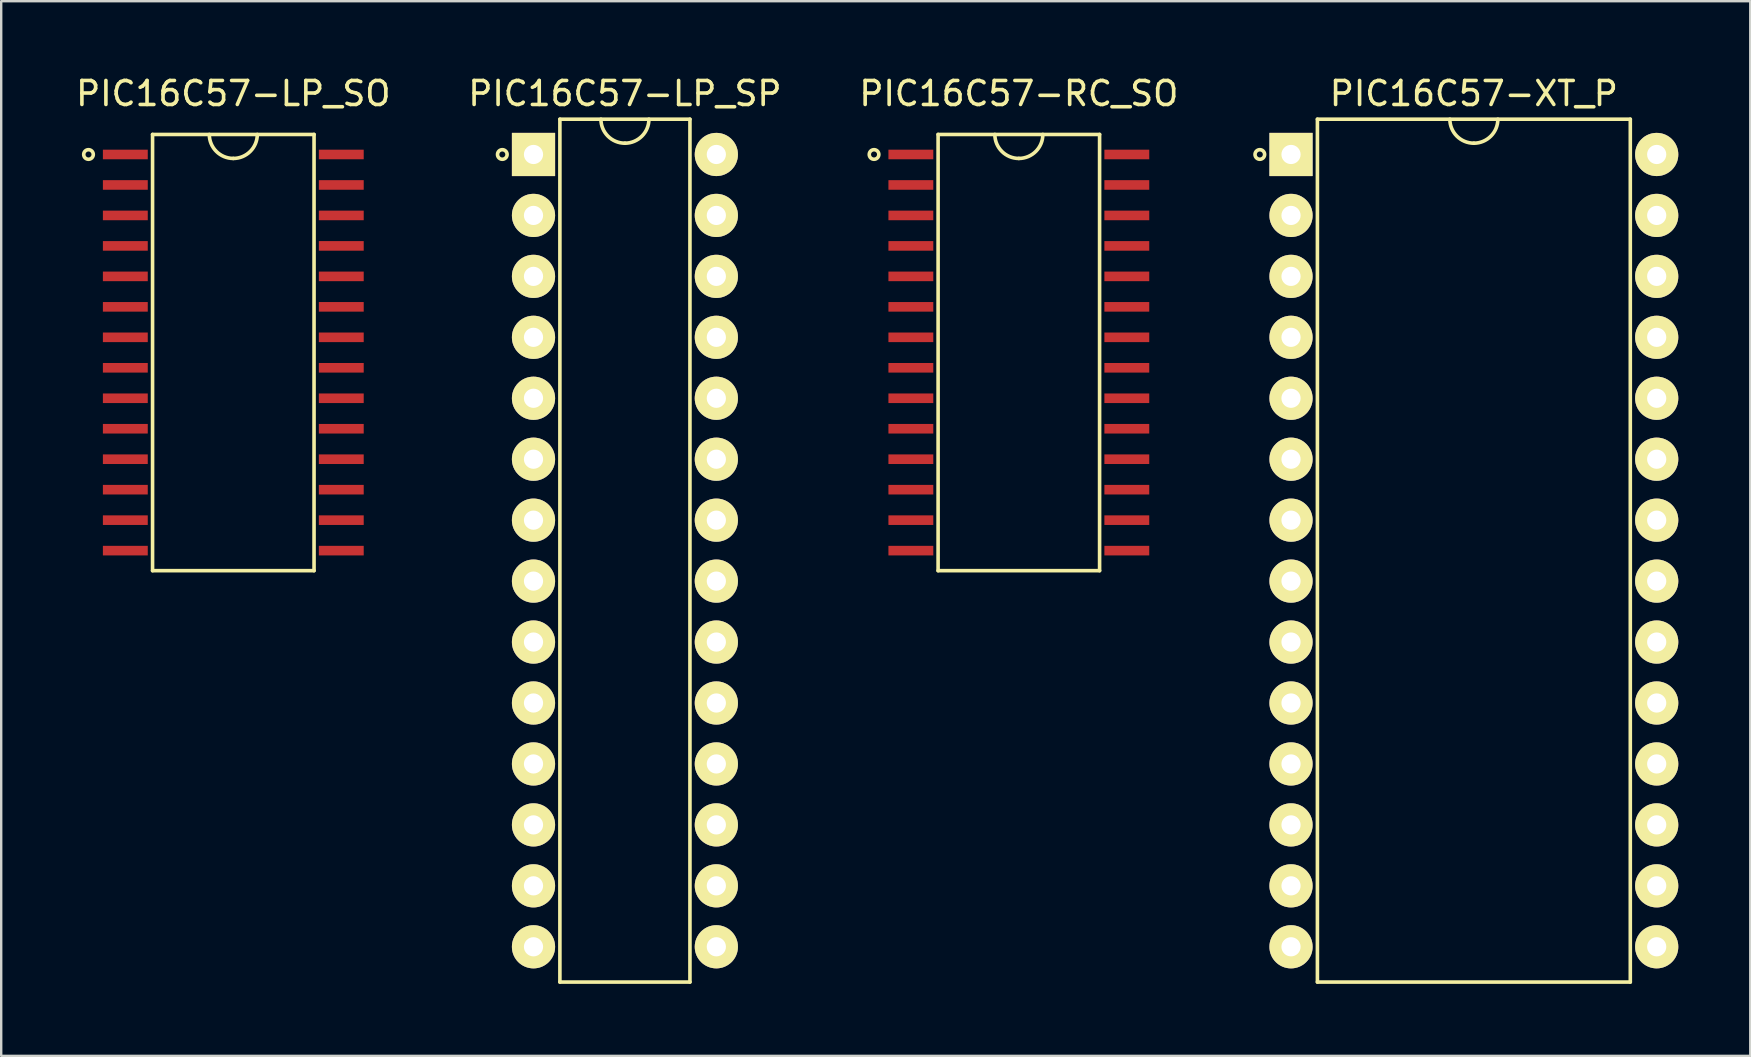
<source format=kicad_pcb>
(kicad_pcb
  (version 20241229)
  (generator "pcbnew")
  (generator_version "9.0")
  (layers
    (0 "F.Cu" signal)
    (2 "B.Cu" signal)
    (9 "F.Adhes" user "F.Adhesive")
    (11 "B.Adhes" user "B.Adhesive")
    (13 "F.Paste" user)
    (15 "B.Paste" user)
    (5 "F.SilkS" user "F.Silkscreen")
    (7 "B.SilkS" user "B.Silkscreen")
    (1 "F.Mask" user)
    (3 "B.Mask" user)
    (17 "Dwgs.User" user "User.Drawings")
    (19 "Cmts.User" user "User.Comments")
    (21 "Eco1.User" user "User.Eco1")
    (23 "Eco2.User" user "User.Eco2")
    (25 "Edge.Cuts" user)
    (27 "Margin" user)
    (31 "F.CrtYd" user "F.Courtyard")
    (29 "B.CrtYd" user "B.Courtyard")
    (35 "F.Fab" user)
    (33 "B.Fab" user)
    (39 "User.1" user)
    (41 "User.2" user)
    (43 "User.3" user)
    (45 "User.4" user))
  (footprint "PIC16C57-XT_P"
    (layer "F.Cu")
    (at 50.754 3.388)
    (property "Reference" "PIC16C57-XT_P" (at 7.62 -2.54 0) (layer "F.SilkS") (effects (font (size 1 1) (thickness 0.15))))
    (attr through_hole)
    (fp_line (start 1.1 -1.47) (end 14.14 -1.47) (stroke (width 0.15) (type solid)) (layer "F.SilkS"))
    (fp_line (start 1.1 34.49) (end 1.1 -1.47) (stroke (width 0.15) (type solid)) (layer "F.SilkS"))
    (fp_line (start 14.14 -1.47) (end 14.14 34.49) (stroke (width 0.15) (type solid)) (layer "F.SilkS"))
    (fp_line (start 14.14 34.49) (end 1.1 34.49) (stroke (width 0.15) (type solid)) (layer "F.SilkS"))
    (fp_arc (start 7.62 -0.47) (mid 6.912893 -0.762893) (end 6.62 -1.47) (stroke (width 0.15) (type solid)) (layer "F.SilkS"))
    (fp_arc (start 8.62 -1.47) (mid 8.327107 -0.762893) (end 7.62 -0.47) (stroke (width 0.15) (type solid)) (layer "F.SilkS"))
    (fp_circle (center -1.3 0) (end -1.3 0.2) (stroke (width 0.15) (type solid)) (fill no) (layer "F.SilkS"))
    (pad "1" thru_hole rect (at 0 0) (size 1.8 1.8) (drill 0.8) (layers "*.Cu" "*.Mask" "F.SilkS"))
    (pad "2" thru_hole circle (at 0 2.54) (size 1.8 1.8) (drill 0.8) (layers "*.Cu" "*.Mask" "F.SilkS"))
    (pad "3" thru_hole circle (at 0 5.08) (size 1.8 1.8) (drill 0.8) (layers "*.Cu" "*.Mask" "F.SilkS"))
    (pad "4" thru_hole circle (at 0 7.62) (size 1.8 1.8) (drill 0.8) (layers "*.Cu" "*.Mask" "F.SilkS"))
    (pad "5" thru_hole circle (at 0 10.16) (size 1.8 1.8) (drill 0.8) (layers "*.Cu" "*.Mask" "F.SilkS"))
    (pad "6" thru_hole circle (at 0 12.7) (size 1.8 1.8) (drill 0.8) (layers "*.Cu" "*.Mask" "F.SilkS"))
    (pad "7" thru_hole circle (at 0 15.24) (size 1.8 1.8) (drill 0.8) (layers "*.Cu" "*.Mask" "F.SilkS"))
    (pad "8" thru_hole circle (at 0 17.78) (size 1.8 1.8) (drill 0.8) (layers "*.Cu" "*.Mask" "F.SilkS"))
    (pad "9" thru_hole circle (at 0 20.32) (size 1.8 1.8) (drill 0.8) (layers "*.Cu" "*.Mask" "F.SilkS"))
    (pad "10" thru_hole circle (at 0 22.86) (size 1.8 1.8) (drill 0.8) (layers "*.Cu" "*.Mask" "F.SilkS"))
    (pad "11" thru_hole circle (at 0 25.4) (size 1.8 1.8) (drill 0.8) (layers "*.Cu" "*.Mask" "F.SilkS"))
    (pad "12" thru_hole circle (at 0 27.94) (size 1.8 1.8) (drill 0.8) (layers "*.Cu" "*.Mask" "F.SilkS"))
    (pad "13" thru_hole circle (at 0 30.48) (size 1.8 1.8) (drill 0.8) (layers "*.Cu" "*.Mask" "F.SilkS"))
    (pad "14" thru_hole circle (at 0 33.02) (size 1.8 1.8) (drill 0.8) (layers "*.Cu" "*.Mask" "F.SilkS"))
    (pad "15" thru_hole circle (at 15.24 33.02) (size 1.8 1.8) (drill 0.8) (layers "*.Cu" "*.Mask" "F.SilkS"))
    (pad "16" thru_hole circle (at 15.24 30.48) (size 1.8 1.8) (drill 0.8) (layers "*.Cu" "*.Mask" "F.SilkS"))
    (pad "17" thru_hole circle (at 15.24 27.94) (size 1.8 1.8) (drill 0.8) (layers "*.Cu" "*.Mask" "F.SilkS"))
    (pad "18" thru_hole circle (at 15.24 25.4) (size 1.8 1.8) (drill 0.8) (layers "*.Cu" "*.Mask" "F.SilkS"))
    (pad "19" thru_hole circle (at 15.24 22.86) (size 1.8 1.8) (drill 0.8) (layers "*.Cu" "*.Mask" "F.SilkS"))
    (pad "20" thru_hole circle (at 15.24 20.32) (size 1.8 1.8) (drill 0.8) (layers "*.Cu" "*.Mask" "F.SilkS"))
    (pad "21" thru_hole circle (at 15.24 17.78) (size 1.8 1.8) (drill 0.8) (layers "*.Cu" "*.Mask" "F.SilkS"))
    (pad "22" thru_hole circle (at 15.24 15.24) (size 1.8 1.8) (drill 0.8) (layers "*.Cu" "*.Mask" "F.SilkS"))
    (pad "23" thru_hole circle (at 15.24 12.7) (size 1.8 1.8) (drill 0.8) (layers "*.Cu" "*.Mask" "F.SilkS"))
    (pad "24" thru_hole circle (at 15.24 10.16) (size 1.8 1.8) (drill 0.8) (layers "*.Cu" "*.Mask" "F.SilkS"))
    (pad "25" thru_hole circle (at 15.24 7.62) (size 1.8 1.8) (drill 0.8) (layers "*.Cu" "*.Mask" "F.SilkS"))
    (pad "26" thru_hole circle (at 15.24 5.08) (size 1.8 1.8) (drill 0.8) (layers "*.Cu" "*.Mask" "F.SilkS"))
    (pad "27" thru_hole circle (at 15.24 2.54) (size 1.8 1.8) (drill 0.8) (layers "*.Cu" "*.Mask" "F.SilkS"))
    (pad "28" thru_hole circle (at 15.24 0) (size 1.8 1.8) (drill 0.8) (layers "*.Cu" "*.Mask" "F.SilkS")))
  (footprint "PIC16C57-RC_SO"
    (layer "F.Cu")
    (at 34.911 3.388)
    (property "Reference" "PIC16C57-RC_SO" (at 4.5 -2.54 0) (layer "F.SilkS") (effects (font (size 1 1) (thickness 0.15))))
    (attr through_hole)
    (fp_line (start 1.135 -0.835) (end 7.865 -0.835) (stroke (width 0.15) (type solid)) (layer "F.SilkS"))
    (fp_line (start 1.135 17.345) (end 1.135 -0.835) (stroke (width 0.15) (type solid)) (layer "F.SilkS"))
    (fp_line (start 7.865 -0.835) (end 7.865 17.345) (stroke (width 0.15) (type solid)) (layer "F.SilkS"))
    (fp_line (start 7.865 17.345) (end 1.135 17.345) (stroke (width 0.15) (type solid)) (layer "F.SilkS"))
    (fp_arc (start 4.5 0.165) (mid 3.792893 -0.127893) (end 3.5 -0.835) (stroke (width 0.15) (type solid)) (layer "F.SilkS"))
    (fp_arc (start 5.5 -0.835) (mid 5.207107 -0.127893) (end 4.5 0.165) (stroke (width 0.15) (type solid)) (layer "F.SilkS"))
    (fp_circle (center -1.535 0) (end -1.535 0.2) (stroke (width 0.15) (type solid)) (fill no) (layer "F.SilkS"))
    (pad "1" smd rect (at 0 0) (size 1.87 0.4) (layers "F.Cu" "F.Mask" "F.Paste"))
    (pad "2" smd rect (at 0 1.27) (size 1.87 0.4) (layers "F.Cu" "F.Mask" "F.Paste"))
    (pad "3" smd rect (at 0 2.54) (size 1.87 0.4) (layers "F.Cu" "F.Mask" "F.Paste"))
    (pad "4" smd rect (at 0 3.81) (size 1.87 0.4) (layers "F.Cu" "F.Mask" "F.Paste"))
    (pad "5" smd rect (at 0 5.08) (size 1.87 0.4) (layers "F.Cu" "F.Mask" "F.Paste"))
    (pad "6" smd rect (at 0 6.35) (size 1.87 0.4) (layers "F.Cu" "F.Mask" "F.Paste"))
    (pad "7" smd rect (at 0 7.62) (size 1.87 0.4) (layers "F.Cu" "F.Mask" "F.Paste"))
    (pad "8" smd rect (at 0 8.89) (size 1.87 0.4) (layers "F.Cu" "F.Mask" "F.Paste"))
    (pad "9" smd rect (at 0 10.16) (size 1.87 0.4) (layers "F.Cu" "F.Mask" "F.Paste"))
    (pad "10" smd rect (at 0 11.43) (size 1.87 0.4) (layers "F.Cu" "F.Mask" "F.Paste"))
    (pad "11" smd rect (at 0 12.7) (size 1.87 0.4) (layers "F.Cu" "F.Mask" "F.Paste"))
    (pad "12" smd rect (at 0 13.97) (size 1.87 0.4) (layers "F.Cu" "F.Mask" "F.Paste"))
    (pad "13" smd rect (at 0 15.24) (size 1.87 0.4) (layers "F.Cu" "F.Mask" "F.Paste"))
    (pad "14" smd rect (at 0 16.51) (size 1.87 0.4) (layers "F.Cu" "F.Mask" "F.Paste"))
    (pad "15" smd rect (at 9 16.51) (size 1.87 0.4) (layers "F.Cu" "F.Mask" "F.Paste"))
    (pad "16" smd rect (at 9 15.24) (size 1.87 0.4) (layers "F.Cu" "F.Mask" "F.Paste"))
    (pad "17" smd rect (at 9 13.97) (size 1.87 0.4) (layers "F.Cu" "F.Mask" "F.Paste"))
    (pad "18" smd rect (at 9 12.7) (size 1.87 0.4) (layers "F.Cu" "F.Mask" "F.Paste"))
    (pad "19" smd rect (at 9 11.43) (size 1.87 0.4) (layers "F.Cu" "F.Mask" "F.Paste"))
    (pad "20" smd rect (at 9 10.16) (size 1.87 0.4) (layers "F.Cu" "F.Mask" "F.Paste"))
    (pad "21" smd rect (at 9 8.89) (size 1.87 0.4) (layers "F.Cu" "F.Mask" "F.Paste"))
    (pad "22" smd rect (at 9 7.62) (size 1.87 0.4) (layers "F.Cu" "F.Mask" "F.Paste"))
    (pad "23" smd rect (at 9 6.35) (size 1.87 0.4) (layers "F.Cu" "F.Mask" "F.Paste"))
    (pad "24" smd rect (at 9 5.08) (size 1.87 0.4) (layers "F.Cu" "F.Mask" "F.Paste"))
    (pad "25" smd rect (at 9 3.81) (size 1.87 0.4) (layers "F.Cu" "F.Mask" "F.Paste"))
    (pad "26" smd rect (at 9 2.54) (size 1.87 0.4) (layers "F.Cu" "F.Mask" "F.Paste"))
    (pad "27" smd rect (at 9 1.27) (size 1.87 0.4) (layers "F.Cu" "F.Mask" "F.Paste"))
    (pad "28" smd rect (at 9 0) (size 1.87 0.4) (layers "F.Cu" "F.Mask" "F.Paste")))
  (footprint "PIC16C57-LP_SO"
    (layer "F.Cu")
    (at 2.173 3.388)
    (property "Reference" "PIC16C57-LP_SO" (at 4.5 -2.54 0) (layer "F.SilkS") (effects (font (size 1 1) (thickness 0.15))))
    (attr through_hole)
    (fp_line (start 1.135 -0.835) (end 7.865 -0.835) (stroke (width 0.15) (type solid)) (layer "F.SilkS"))
    (fp_line (start 1.135 17.345) (end 1.135 -0.835) (stroke (width 0.15) (type solid)) (layer "F.SilkS"))
    (fp_line (start 7.865 -0.835) (end 7.865 17.345) (stroke (width 0.15) (type solid)) (layer "F.SilkS"))
    (fp_line (start 7.865 17.345) (end 1.135 17.345) (stroke (width 0.15) (type solid)) (layer "F.SilkS"))
    (fp_arc (start 4.5 0.165) (mid 3.792893 -0.127893) (end 3.5 -0.835) (stroke (width 0.15) (type solid)) (layer "F.SilkS"))
    (fp_arc (start 5.5 -0.835) (mid 5.207107 -0.127893) (end 4.5 0.165) (stroke (width 0.15) (type solid)) (layer "F.SilkS"))
    (fp_circle (center -1.535 0) (end -1.535 0.2) (stroke (width 0.15) (type solid)) (fill no) (layer "F.SilkS"))
    (pad "1" smd rect (at 0 0) (size 1.87 0.4) (layers "F.Cu" "F.Mask" "F.Paste"))
    (pad "2" smd rect (at 0 1.27) (size 1.87 0.4) (layers "F.Cu" "F.Mask" "F.Paste"))
    (pad "3" smd rect (at 0 2.54) (size 1.87 0.4) (layers "F.Cu" "F.Mask" "F.Paste"))
    (pad "4" smd rect (at 0 3.81) (size 1.87 0.4) (layers "F.Cu" "F.Mask" "F.Paste"))
    (pad "5" smd rect (at 0 5.08) (size 1.87 0.4) (layers "F.Cu" "F.Mask" "F.Paste"))
    (pad "6" smd rect (at 0 6.35) (size 1.87 0.4) (layers "F.Cu" "F.Mask" "F.Paste"))
    (pad "7" smd rect (at 0 7.62) (size 1.87 0.4) (layers "F.Cu" "F.Mask" "F.Paste"))
    (pad "8" smd rect (at 0 8.89) (size 1.87 0.4) (layers "F.Cu" "F.Mask" "F.Paste"))
    (pad "9" smd rect (at 0 10.16) (size 1.87 0.4) (layers "F.Cu" "F.Mask" "F.Paste"))
    (pad "10" smd rect (at 0 11.43) (size 1.87 0.4) (layers "F.Cu" "F.Mask" "F.Paste"))
    (pad "11" smd rect (at 0 12.7) (size 1.87 0.4) (layers "F.Cu" "F.Mask" "F.Paste"))
    (pad "12" smd rect (at 0 13.97) (size 1.87 0.4) (layers "F.Cu" "F.Mask" "F.Paste"))
    (pad "13" smd rect (at 0 15.24) (size 1.87 0.4) (layers "F.Cu" "F.Mask" "F.Paste"))
    (pad "14" smd rect (at 0 16.51) (size 1.87 0.4) (layers "F.Cu" "F.Mask" "F.Paste"))
    (pad "15" smd rect (at 9 16.51) (size 1.87 0.4) (layers "F.Cu" "F.Mask" "F.Paste"))
    (pad "16" smd rect (at 9 15.24) (size 1.87 0.4) (layers "F.Cu" "F.Mask" "F.Paste"))
    (pad "17" smd rect (at 9 13.97) (size 1.87 0.4) (layers "F.Cu" "F.Mask" "F.Paste"))
    (pad "18" smd rect (at 9 12.7) (size 1.87 0.4) (layers "F.Cu" "F.Mask" "F.Paste"))
    (pad "19" smd rect (at 9 11.43) (size 1.87 0.4) (layers "F.Cu" "F.Mask" "F.Paste"))
    (pad "20" smd rect (at 9 10.16) (size 1.87 0.4) (layers "F.Cu" "F.Mask" "F.Paste"))
    (pad "21" smd rect (at 9 8.89) (size 1.87 0.4) (layers "F.Cu" "F.Mask" "F.Paste"))
    (pad "22" smd rect (at 9 7.62) (size 1.87 0.4) (layers "F.Cu" "F.Mask" "F.Paste"))
    (pad "23" smd rect (at 9 6.35) (size 1.87 0.4) (layers "F.Cu" "F.Mask" "F.Paste"))
    (pad "24" smd rect (at 9 5.08) (size 1.87 0.4) (layers "F.Cu" "F.Mask" "F.Paste"))
    (pad "25" smd rect (at 9 3.81) (size 1.87 0.4) (layers "F.Cu" "F.Mask" "F.Paste"))
    (pad "26" smd rect (at 9 2.54) (size 1.87 0.4) (layers "F.Cu" "F.Mask" "F.Paste"))
    (pad "27" smd rect (at 9 1.27) (size 1.87 0.4) (layers "F.Cu" "F.Mask" "F.Paste"))
    (pad "28" smd rect (at 9 0) (size 1.87 0.4) (layers "F.Cu" "F.Mask" "F.Paste")))
  (footprint "PIC16C57-LP_SP"
    (layer "F.Cu")
    (at 19.184 3.388)
    (property "Reference" "PIC16C57-LP_SP" (at 3.81 -2.54 0) (layer "F.SilkS") (effects (font (size 1 1) (thickness 0.15))))
    (attr through_hole)
    (fp_line (start 1.1 -1.47) (end 6.52 -1.47) (stroke (width 0.15) (type solid)) (layer "F.SilkS"))
    (fp_line (start 1.1 34.49) (end 1.1 -1.47) (stroke (width 0.15) (type solid)) (layer "F.SilkS"))
    (fp_line (start 6.52 -1.47) (end 6.52 34.49) (stroke (width 0.15) (type solid)) (layer "F.SilkS"))
    (fp_line (start 6.52 34.49) (end 1.1 34.49) (stroke (width 0.15) (type solid)) (layer "F.SilkS"))
    (fp_arc (start 3.81 -0.47) (mid 3.102893 -0.762893) (end 2.81 -1.47) (stroke (width 0.15) (type solid)) (layer "F.SilkS"))
    (fp_arc (start 4.81 -1.47) (mid 4.517107 -0.762893) (end 3.81 -0.47) (stroke (width 0.15) (type solid)) (layer "F.SilkS"))
    (fp_circle (center -1.3 0) (end -1.3 0.2) (stroke (width 0.15) (type solid)) (fill no) (layer "F.SilkS"))
    (pad "1" thru_hole rect (at 0 0) (size 1.8 1.8) (drill 0.8) (layers "*.Cu" "*.Mask" "F.SilkS"))
    (pad "2" thru_hole circle (at 0 2.54) (size 1.8 1.8) (drill 0.8) (layers "*.Cu" "*.Mask" "F.SilkS"))
    (pad "3" thru_hole circle (at 0 5.08) (size 1.8 1.8) (drill 0.8) (layers "*.Cu" "*.Mask" "F.SilkS"))
    (pad "4" thru_hole circle (at 0 7.62) (size 1.8 1.8) (drill 0.8) (layers "*.Cu" "*.Mask" "F.SilkS"))
    (pad "5" thru_hole circle (at 0 10.16) (size 1.8 1.8) (drill 0.8) (layers "*.Cu" "*.Mask" "F.SilkS"))
    (pad "6" thru_hole circle (at 0 12.7) (size 1.8 1.8) (drill 0.8) (layers "*.Cu" "*.Mask" "F.SilkS"))
    (pad "7" thru_hole circle (at 0 15.24) (size 1.8 1.8) (drill 0.8) (layers "*.Cu" "*.Mask" "F.SilkS"))
    (pad "8" thru_hole circle (at 0 17.78) (size 1.8 1.8) (drill 0.8) (layers "*.Cu" "*.Mask" "F.SilkS"))
    (pad "9" thru_hole circle (at 0 20.32) (size 1.8 1.8) (drill 0.8) (layers "*.Cu" "*.Mask" "F.SilkS"))
    (pad "10" thru_hole circle (at 0 22.86) (size 1.8 1.8) (drill 0.8) (layers "*.Cu" "*.Mask" "F.SilkS"))
    (pad "11" thru_hole circle (at 0 25.4) (size 1.8 1.8) (drill 0.8) (layers "*.Cu" "*.Mask" "F.SilkS"))
    (pad "12" thru_hole circle (at 0 27.94) (size 1.8 1.8) (drill 0.8) (layers "*.Cu" "*.Mask" "F.SilkS"))
    (pad "13" thru_hole circle (at 0 30.48) (size 1.8 1.8) (drill 0.8) (layers "*.Cu" "*.Mask" "F.SilkS"))
    (pad "14" thru_hole circle (at 0 33.02) (size 1.8 1.8) (drill 0.8) (layers "*.Cu" "*.Mask" "F.SilkS"))
    (pad "15" thru_hole circle (at 7.62 33.02) (size 1.8 1.8) (drill 0.8) (layers "*.Cu" "*.Mask" "F.SilkS"))
    (pad "16" thru_hole circle (at 7.62 30.48) (size 1.8 1.8) (drill 0.8) (layers "*.Cu" "*.Mask" "F.SilkS"))
    (pad "17" thru_hole circle (at 7.62 27.94) (size 1.8 1.8) (drill 0.8) (layers "*.Cu" "*.Mask" "F.SilkS"))
    (pad "18" thru_hole circle (at 7.62 25.4) (size 1.8 1.8) (drill 0.8) (layers "*.Cu" "*.Mask" "F.SilkS"))
    (pad "19" thru_hole circle (at 7.62 22.86) (size 1.8 1.8) (drill 0.8) (layers "*.Cu" "*.Mask" "F.SilkS"))
    (pad "20" thru_hole circle (at 7.62 20.32) (size 1.8 1.8) (drill 0.8) (layers "*.Cu" "*.Mask" "F.SilkS"))
    (pad "21" thru_hole circle (at 7.62 17.78) (size 1.8 1.8) (drill 0.8) (layers "*.Cu" "*.Mask" "F.SilkS"))
    (pad "22" thru_hole circle (at 7.62 15.24) (size 1.8 1.8) (drill 0.8) (layers "*.Cu" "*.Mask" "F.SilkS"))
    (pad "23" thru_hole circle (at 7.62 12.7) (size 1.8 1.8) (drill 0.8) (layers "*.Cu" "*.Mask" "F.SilkS"))
    (pad "24" thru_hole circle (at 7.62 10.16) (size 1.8 1.8) (drill 0.8) (layers "*.Cu" "*.Mask" "F.SilkS"))
    (pad "25" thru_hole circle (at 7.62 7.62) (size 1.8 1.8) (drill 0.8) (layers "*.Cu" "*.Mask" "F.SilkS"))
    (pad "26" thru_hole circle (at 7.62 5.08) (size 1.8 1.8) (drill 0.8) (layers "*.Cu" "*.Mask" "F.SilkS"))
    (pad "27" thru_hole circle (at 7.62 2.54) (size 1.8 1.8) (drill 0.8) (layers "*.Cu" "*.Mask" "F.SilkS"))
    (pad "28" thru_hole circle (at 7.62 0) (size 1.8 1.8) (drill 0.8) (layers "*.Cu" "*.Mask" "F.SilkS")))
  (gr_rect
    (start -3 -3)
    (end 69.894 40.953)
    (stroke (width 0.1) (type default))
    (fill no)
    (layer "Edge.Cuts")))
</source>
